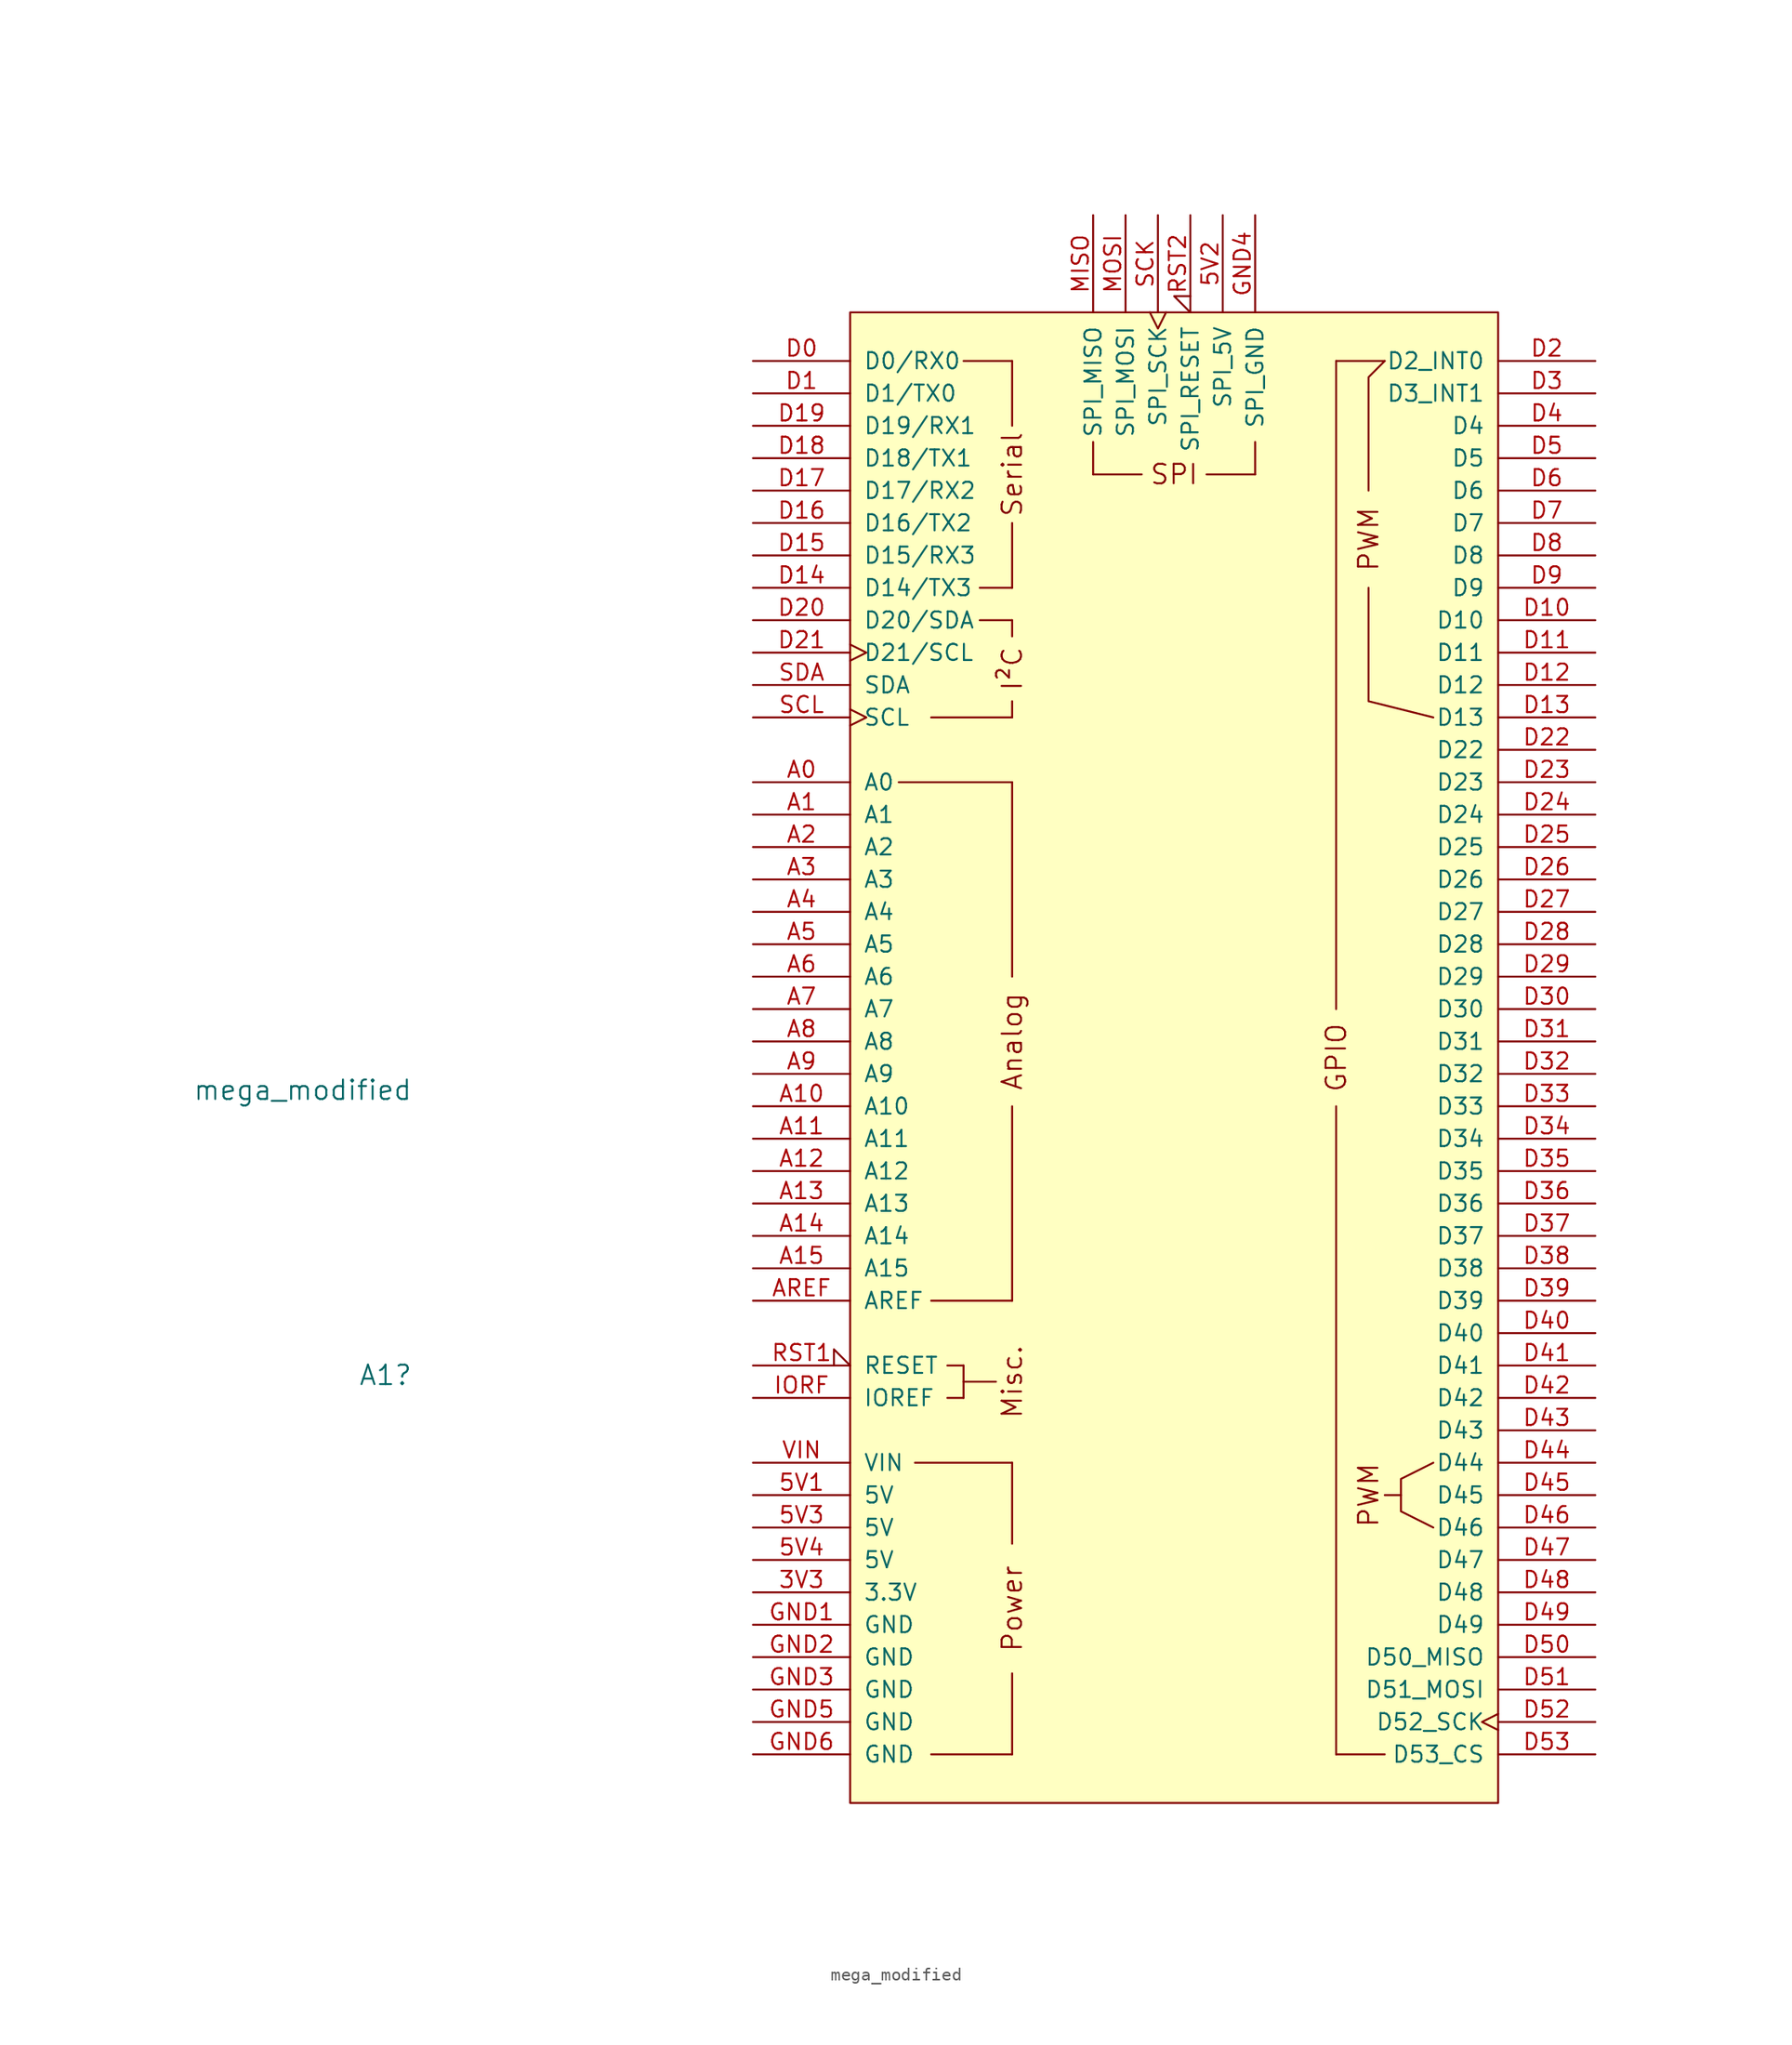
<source format=kicad_sym>
(kicad_symbol_lib
  (version 20211014)
  (generator kicad_symbol_editor)
  (symbol "mega_modified"
    (pin_names
      (offset 1.016))
    (property "Reference" "A1"
      (at -59.69 -24.892 0)
      (effects (font (size 1.524 1.524)) (justify right)))
    (property "Value" "mega_modified"
      (at -59.69 -2.54 0)
      (effects (font (size 1.524 1.524)) (justify right)))
    (symbol "mega_modified_0_0"
      (rectangle (start -25.4 -58.42) (end 25.4 58.42) (stroke (width 0) (type default) (color 0 0 0 0)) (fill (type background)))
      (rectangle (start -20.32 -31.75) (end -12.7 -31.75) (stroke (width 0) (type default) (color 0 0 0 0)) (fill (type none)))
      (rectangle (start -19.05 -54.61) (end -12.7 -54.61) (stroke (width 0) (type default) (color 0 0 0 0)) (fill (type none)))
      (rectangle (start -19.05 -19.05) (end -12.7 -19.05) (stroke (width 0) (type default) (color 0 0 0 0)) (fill (type none)))
      (rectangle (start -19.05 26.67) (end -12.7 26.67) (stroke (width 0) (type default) (color 0 0 0 0)) (fill (type none)))
      (rectangle (start -17.78 -26.67) (end -16.51 -26.67) (stroke (width 0) (type default) (color 0 0 0 0)) (fill (type none)))
      (rectangle (start -17.78 -24.13) (end -16.51 -24.13) (stroke (width 0) (type default) (color 0 0 0 0)) (fill (type none)))
      (rectangle (start -16.51 -25.4) (end -13.97 -25.4) (stroke (width 0) (type default) (color 0 0 0 0)) (fill (type none)))
      (rectangle (start -16.51 -24.13) (end -16.51 -26.67) (stroke (width 0) (type default) (color 0 0 0 0)) (fill (type none)))
      (rectangle (start -16.51 54.61) (end -12.7 54.61) (stroke (width 0) (type default) (color 0 0 0 0)) (fill (type none)))
      (rectangle (start -15.24 34.29) (end -12.7 34.29) (stroke (width 0) (type default) (color 0 0 0 0)) (fill (type none)))
      (rectangle (start -15.24 36.83) (end -12.7 36.83) (stroke (width 0) (type default) (color 0 0 0 0)) (fill (type none)))
      (rectangle (start -12.7 -54.61) (end -12.7 -48.26) (stroke (width 0) (type default) (color 0 0 0 0)) (fill (type none)))
      (rectangle (start -12.7 -31.75) (end -12.7 -38.1) (stroke (width 0) (type default) (color 0 0 0 0)) (fill (type none)))
      (rectangle (start -12.7 26.67) (end -12.7 27.94) (stroke (width 0) (type default) (color 0 0 0 0)) (fill (type none)))
      (rectangle (start -12.7 34.29) (end -12.7 33.02) (stroke (width 0) (type default) (color 0 0 0 0)) (fill (type none)))
      (rectangle (start -12.7 41.91) (end -12.7 36.83) (stroke (width 0) (type default) (color 0 0 0 0)) (fill (type none)))
      (rectangle (start -12.7 49.53) (end -12.7 54.61) (stroke (width 0) (type default) (color 0 0 0 0)) (fill (type none)))
      (rectangle (start -6.35 48.26) (end -6.35 45.72) (stroke (width 0) (type default) (color 0 0 0 0)) (fill (type none)))
      (rectangle (start -2.54 45.72) (end -6.35 45.72) (stroke (width 0) (type default) (color 0 0 0 0)) (fill (type none)))
      (polyline (pts (xy -21.59 21.59) (xy -12.7 21.59)) (stroke (width 0) (type default) (color 0 0 0 0)) (fill (type none)))
      (polyline (pts (xy -12.7 -19.05) (xy -12.7 -3.81)) (stroke (width 0) (type default) (color 0 0 0 0)) (fill (type none)))
      (polyline (pts (xy -12.7 6.35) (xy -12.7 21.59)) (stroke (width 0) (type default) (color 0 0 0 0)) (fill (type none)))
      (polyline (pts (xy 12.7 -54.61) (xy 16.51 -54.61)) (stroke (width 0) (type default) (color 0 0 0 0)) (fill (type none)))
      (polyline (pts (xy 12.7 54.61) (xy 16.51 54.61)) (stroke (width 0) (type default) (color 0 0 0 0)) (fill (type none)))
      (polyline (pts (xy 17.78 -34.29) (xy 16.51 -34.29)) (stroke (width 0) (type default) (color 0 0 0 0)) (fill (type none)))
      (polyline (pts (xy 15.24 36.83) (xy 15.24 27.94) (xy 20.32 26.67)) (stroke (width 0) (type default) (color 0 0 0 0)) (fill (type none)))
      (polyline (pts (xy 15.24 44.45) (xy 15.24 53.34) (xy 16.51 54.61)) (stroke (width 0) (type default) (color 0 0 0 0)) (fill (type none)))
      (polyline (pts (xy 20.32 -31.75) (xy 17.78 -33.02) (xy 17.78 -35.56) (xy 20.32 -36.83)) (stroke (width 0) (type default) (color 0 0 0 0)) (fill (type none)))
      (rectangle (start 6.35 45.72) (end 2.54 45.72) (stroke (width 0) (type default) (color 0 0 0 0)) (fill (type none)))
      (rectangle (start 6.35 48.26) (end 6.35 45.72) (stroke (width 0) (type default) (color 0 0 0 0)) (fill (type none)))
      (text "Analog" (at -12.7 1.27 900) (effects (font (size 1.524 1.524))))
      (text "I²C" (at -12.7 30.48 900) (effects (font (size 1.524 1.524))))
      (text "Misc." (at -12.7 -25.4 900) (effects (font (size 1.524 1.524))))
      (text "Power" (at -12.7 -43.18 900) (effects (font (size 1.524 1.524))))
      (text "PWM" (at 15.24 -34.29 900) (effects (font (size 1.524 1.524))))
      (text "PWM" (at 15.24 40.64 900) (effects (font (size 1.524 1.524))))
      (text "Serial" (at -12.7 45.72 900) (effects (font (size 1.524 1.524))))
      (text "SPI" (at 0 45.72 0) (effects (font (size 1.524 1.524)))))
    (symbol "mega_modified_1_0"
      (rectangle (start 12.7 -54.61) (end 12.7 -3.81) (stroke (width 0) (type default) (color 0 0 0 0)) (fill (type none)))
      (rectangle (start 12.7 54.61) (end 12.7 3.81) (stroke (width 0) (type default) (color 0 0 0 0)) (fill (type none)))
      (text "GPIO" (at 12.7 0 900) (effects (font (size 1.524 1.524)))))
    (symbol "mega_modified_1_1"
      (pin power_out line (at -33.02 -41.91 0) (length 7.62) (name "3.3V" (effects (font (size 1.27 1.27)))) (number "3V3" (effects (font (size 1.27 1.27)))))
      (pin power_in line (at -33.02 -34.29 0) (length 7.62) (name "5V" (effects (font (size 1.27 1.27)))) (number "5V1" (effects (font (size 1.27 1.27)))))
      (pin power_in line (at 3.81 66.04 270) (length 7.62) (name "SPI_5V" (effects (font (size 1.27 1.27)))) (number "5V2" (effects (font (size 1.27 1.27)))))
      (pin power_in line (at -33.02 -36.83 0) (length 7.62) (name "5V" (effects (font (size 1.27 1.27)))) (number "5V3" (effects (font (size 1.27 1.27)))))
      (pin power_in line (at -33.02 -39.37 0) (length 7.62) (name "5V" (effects (font (size 1.27 1.27)))) (number "5V4" (effects (font (size 1.27 1.27)))))
      (pin bidirectional line (at -33.02 21.59 0) (length 7.62) (name "A0" (effects (font (size 1.27 1.27)))) (number "A0" (effects (font (size 1.27 1.27)))))
      (pin bidirectional line (at -33.02 19.05 0) (length 7.62) (name "A1" (effects (font (size 1.27 1.27)))) (number "A1" (effects (font (size 1.27 1.27)))))
      (pin bidirectional line (at -33.02 -3.81 0) (length 7.62) (name "A10" (effects (font (size 1.27 1.27)))) (number "A10" (effects (font (size 1.27 1.27)))))
      (pin bidirectional line (at -33.02 -6.35 0) (length 7.62) (name "A11" (effects (font (size 1.27 1.27)))) (number "A11" (effects (font (size 1.27 1.27)))))
      (pin bidirectional line (at -33.02 -8.89 0) (length 7.62) (name "A12" (effects (font (size 1.27 1.27)))) (number "A12" (effects (font (size 1.27 1.27)))))
      (pin bidirectional line (at -33.02 -11.43 0) (length 7.62) (name "A13" (effects (font (size 1.27 1.27)))) (number "A13" (effects (font (size 1.27 1.27)))))
      (pin bidirectional line (at -33.02 -13.97 0) (length 7.62) (name "A14" (effects (font (size 1.27 1.27)))) (number "A14" (effects (font (size 1.27 1.27)))))
      (pin bidirectional line (at -33.02 -16.51 0) (length 7.62) (name "A15" (effects (font (size 1.27 1.27)))) (number "A15" (effects (font (size 1.27 1.27)))))
      (pin bidirectional line (at -33.02 16.51 0) (length 7.62) (name "A2" (effects (font (size 1.27 1.27)))) (number "A2" (effects (font (size 1.27 1.27)))))
      (pin bidirectional line (at -33.02 13.97 0) (length 7.62) (name "A3" (effects (font (size 1.27 1.27)))) (number "A3" (effects (font (size 1.27 1.27)))))
      (pin bidirectional line (at -33.02 11.43 0) (length 7.62) (name "A4" (effects (font (size 1.27 1.27)))) (number "A4" (effects (font (size 1.27 1.27)))))
      (pin bidirectional line (at -33.02 8.89 0) (length 7.62) (name "A5" (effects (font (size 1.27 1.27)))) (number "A5" (effects (font (size 1.27 1.27)))))
      (pin bidirectional line (at -33.02 6.35 0) (length 7.62) (name "A6" (effects (font (size 1.27 1.27)))) (number "A6" (effects (font (size 1.27 1.27)))))
      (pin bidirectional line (at -33.02 3.81 0) (length 7.62) (name "A7" (effects (font (size 1.27 1.27)))) (number "A7" (effects (font (size 1.27 1.27)))))
      (pin bidirectional line (at -33.02 1.27 0) (length 7.62) (name "A8" (effects (font (size 1.27 1.27)))) (number "A8" (effects (font (size 1.27 1.27)))))
      (pin bidirectional line (at -33.02 -1.27 0) (length 7.62) (name "A9" (effects (font (size 1.27 1.27)))) (number "A9" (effects (font (size 1.27 1.27)))))
      (pin input line (at -33.02 -19.05 0) (length 7.62) (name "AREF" (effects (font (size 1.27 1.27)))) (number "AREF" (effects (font (size 1.27 1.27)))))
      (pin bidirectional line (at -33.02 54.61 0) (length 7.62) (name "D0/RX0" (effects (font (size 1.27 1.27)))) (number "D0" (effects (font (size 1.27 1.27)))))
      (pin bidirectional line (at -33.02 52.07 0) (length 7.62) (name "D1/TX0" (effects (font (size 1.27 1.27)))) (number "D1" (effects (font (size 1.27 1.27)))))
      (pin bidirectional line (at 33.02 34.29 180) (length 7.62) (name "D10" (effects (font (size 1.27 1.27)))) (number "D10" (effects (font (size 1.27 1.27)))))
      (pin bidirectional line (at 33.02 31.75 180) (length 7.62) (name "D11" (effects (font (size 1.27 1.27)))) (number "D11" (effects (font (size 1.27 1.27)))))
      (pin bidirectional line (at 33.02 29.21 180) (length 7.62) (name "D12" (effects (font (size 1.27 1.27)))) (number "D12" (effects (font (size 1.27 1.27)))))
      (pin bidirectional line (at 33.02 26.67 180) (length 7.62) (name "D13" (effects (font (size 1.27 1.27)))) (number "D13" (effects (font (size 1.27 1.27)))))
      (pin bidirectional line (at -33.02 36.83 0) (length 7.62) (name "D14/TX3" (effects (font (size 1.27 1.27)))) (number "D14" (effects (font (size 1.27 1.27)))))
      (pin bidirectional line (at -33.02 39.37 0) (length 7.62) (name "D15/RX3" (effects (font (size 1.27 1.27)))) (number "D15" (effects (font (size 1.27 1.27)))))
      (pin bidirectional line (at -33.02 41.91 0) (length 7.62) (name "D16/TX2" (effects (font (size 1.27 1.27)))) (number "D16" (effects (font (size 1.27 1.27)))))
      (pin bidirectional line (at -33.02 44.45 0) (length 7.62) (name "D17/RX2" (effects (font (size 1.27 1.27)))) (number "D17" (effects (font (size 1.27 1.27)))))
      (pin bidirectional line (at -33.02 46.99 0) (length 7.62) (name "D18/TX1" (effects (font (size 1.27 1.27)))) (number "D18" (effects (font (size 1.27 1.27)))))
      (pin bidirectional line (at -33.02 49.53 0) (length 7.62) (name "D19/RX1" (effects (font (size 1.27 1.27)))) (number "D19" (effects (font (size 1.27 1.27)))))
      (pin bidirectional line (at 33.02 54.61 180) (length 7.62) (name "D2_INT0" (effects (font (size 1.27 1.27)))) (number "D2" (effects (font (size 1.27 1.27)))))
      (pin bidirectional line (at -33.02 34.29 0) (length 7.62) (name "D20/SDA" (effects (font (size 1.27 1.27)))) (number "D20" (effects (font (size 1.27 1.27)))))
      (pin bidirectional clock (at -33.02 31.75 0) (length 7.62) (name "D21/SCL" (effects (font (size 1.27 1.27)))) (number "D21" (effects (font (size 1.27 1.27)))))
      (pin bidirectional line (at 33.02 24.13 180) (length 7.62) (name "D22" (effects (font (size 1.27 1.27)))) (number "D22" (effects (font (size 1.27 1.27)))))
      (pin bidirectional line (at 33.02 21.59 180) (length 7.62) (name "D23" (effects (font (size 1.27 1.27)))) (number "D23" (effects (font (size 1.27 1.27)))))
      (pin bidirectional line (at 33.02 19.05 180) (length 7.62) (name "D24" (effects (font (size 1.27 1.27)))) (number "D24" (effects (font (size 1.27 1.27)))))
      (pin bidirectional line (at 33.02 16.51 180) (length 7.62) (name "D25" (effects (font (size 1.27 1.27)))) (number "D25" (effects (font (size 1.27 1.27)))))
      (pin bidirectional line (at 33.02 13.97 180) (length 7.62) (name "D26" (effects (font (size 1.27 1.27)))) (number "D26" (effects (font (size 1.27 1.27)))))
      (pin bidirectional line (at 33.02 11.43 180) (length 7.62) (name "D27" (effects (font (size 1.27 1.27)))) (number "D27" (effects (font (size 1.27 1.27)))))
      (pin bidirectional line (at 33.02 8.89 180) (length 7.62) (name "D28" (effects (font (size 1.27 1.27)))) (number "D28" (effects (font (size 1.27 1.27)))))
      (pin bidirectional line (at 33.02 6.35 180) (length 7.62) (name "D29" (effects (font (size 1.27 1.27)))) (number "D29" (effects (font (size 1.27 1.27)))))
      (pin bidirectional line (at 33.02 52.07 180) (length 7.62) (name "D3_INT1" (effects (font (size 1.27 1.27)))) (number "D3" (effects (font (size 1.27 1.27)))))
      (pin bidirectional line (at 33.02 3.81 180) (length 7.62) (name "D30" (effects (font (size 1.27 1.27)))) (number "D30" (effects (font (size 1.27 1.27)))))
      (pin bidirectional line (at 33.02 1.27 180) (length 7.62) (name "D31" (effects (font (size 1.27 1.27)))) (number "D31" (effects (font (size 1.27 1.27)))))
      (pin bidirectional line (at 33.02 -1.27 180) (length 7.62) (name "D32" (effects (font (size 1.27 1.27)))) (number "D32" (effects (font (size 1.27 1.27)))))
      (pin bidirectional line (at 33.02 -3.81 180) (length 7.62) (name "D33" (effects (font (size 1.27 1.27)))) (number "D33" (effects (font (size 1.27 1.27)))))
      (pin bidirectional line (at 33.02 -6.35 180) (length 7.62) (name "D34" (effects (font (size 1.27 1.27)))) (number "D34" (effects (font (size 1.27 1.27)))))
      (pin bidirectional line (at 33.02 -8.89 180) (length 7.62) (name "D35" (effects (font (size 1.27 1.27)))) (number "D35" (effects (font (size 1.27 1.27)))))
      (pin bidirectional line (at 33.02 -11.43 180) (length 7.62) (name "D36" (effects (font (size 1.27 1.27)))) (number "D36" (effects (font (size 1.27 1.27)))))
      (pin bidirectional line (at 33.02 -13.97 180) (length 7.62) (name "D37" (effects (font (size 1.27 1.27)))) (number "D37" (effects (font (size 1.27 1.27)))))
      (pin bidirectional line (at 33.02 -16.51 180) (length 7.62) (name "D38" (effects (font (size 1.27 1.27)))) (number "D38" (effects (font (size 1.27 1.27)))))
      (pin bidirectional line (at 33.02 -19.05 180) (length 7.62) (name "D39" (effects (font (size 1.27 1.27)))) (number "D39" (effects (font (size 1.27 1.27)))))
      (pin bidirectional line (at 33.02 49.53 180) (length 7.62) (name "D4" (effects (font (size 1.27 1.27)))) (number "D4" (effects (font (size 1.27 1.27)))))
      (pin bidirectional line (at 33.02 -21.59 180) (length 7.62) (name "D40" (effects (font (size 1.27 1.27)))) (number "D40" (effects (font (size 1.27 1.27)))))
      (pin bidirectional line (at 33.02 -24.13 180) (length 7.62) (name "D41" (effects (font (size 1.27 1.27)))) (number "D41" (effects (font (size 1.27 1.27)))))
      (pin bidirectional line (at 33.02 -26.67 180) (length 7.62) (name "D42" (effects (font (size 1.27 1.27)))) (number "D42" (effects (font (size 1.27 1.27)))))
      (pin bidirectional line (at 33.02 -29.21 180) (length 7.62) (name "D43" (effects (font (size 1.27 1.27)))) (number "D43" (effects (font (size 1.27 1.27)))))
      (pin bidirectional line (at 33.02 -31.75 180) (length 7.62) (name "D44" (effects (font (size 1.27 1.27)))) (number "D44" (effects (font (size 1.27 1.27)))))
      (pin bidirectional line (at 33.02 -34.29 180) (length 7.62) (name "D45" (effects (font (size 1.27 1.27)))) (number "D45" (effects (font (size 1.27 1.27)))))
      (pin bidirectional line (at 33.02 -36.83 180) (length 7.62) (name "D46" (effects (font (size 1.27 1.27)))) (number "D46" (effects (font (size 1.27 1.27)))))
      (pin bidirectional line (at 33.02 -39.37 180) (length 7.62) (name "D47" (effects (font (size 1.27 1.27)))) (number "D47" (effects (font (size 1.27 1.27)))))
      (pin bidirectional line (at 33.02 -41.91 180) (length 7.62) (name "D48" (effects (font (size 1.27 1.27)))) (number "D48" (effects (font (size 1.27 1.27)))))
      (pin bidirectional line (at 33.02 -44.45 180) (length 7.62) (name "D49" (effects (font (size 1.27 1.27)))) (number "D49" (effects (font (size 1.27 1.27)))))
      (pin bidirectional line (at 33.02 46.99 180) (length 7.62) (name "D5" (effects (font (size 1.27 1.27)))) (number "D5" (effects (font (size 1.27 1.27)))))
      (pin bidirectional line (at 33.02 -46.99 180) (length 7.62) (name "D50_MISO" (effects (font (size 1.27 1.27)))) (number "D50" (effects (font (size 1.27 1.27)))))
      (pin bidirectional line (at 33.02 -49.53 180) (length 7.62) (name "D51_MOSI" (effects (font (size 1.27 1.27)))) (number "D51" (effects (font (size 1.27 1.27)))))
      (pin bidirectional clock (at 33.02 -52.07 180) (length 7.62) (name "D52_SCK" (effects (font (size 1.27 1.27)))) (number "D52" (effects (font (size 1.27 1.27)))))
      (pin bidirectional line (at 33.02 -54.61 180) (length 7.62) (name "D53_CS" (effects (font (size 1.27 1.27)))) (number "D53" (effects (font (size 1.27 1.27)))))
      (pin bidirectional line (at 33.02 44.45 180) (length 7.62) (name "D6" (effects (font (size 1.27 1.27)))) (number "D6" (effects (font (size 1.27 1.27)))))
      (pin bidirectional line (at 33.02 41.91 180) (length 7.62) (name "D7" (effects (font (size 1.27 1.27)))) (number "D7" (effects (font (size 1.27 1.27)))))
      (pin bidirectional line (at 33.02 39.37 180) (length 7.62) (name "D8" (effects (font (size 1.27 1.27)))) (number "D8" (effects (font (size 1.27 1.27)))))
      (pin bidirectional line (at 33.02 36.83 180) (length 7.62) (name "D9" (effects (font (size 1.27 1.27)))) (number "D9" (effects (font (size 1.27 1.27)))))
      (pin power_in line (at -33.02 -44.45 0) (length 7.62) (name "GND" (effects (font (size 1.27 1.27)))) (number "GND1" (effects (font (size 1.27 1.27)))))
      (pin power_in line (at -33.02 -46.99 0) (length 7.62) (name "GND" (effects (font (size 1.27 1.27)))) (number "GND2" (effects (font (size 1.27 1.27)))))
      (pin power_in line (at -33.02 -49.53 0) (length 7.62) (name "GND" (effects (font (size 1.27 1.27)))) (number "GND3" (effects (font (size 1.27 1.27)))))
      (pin power_in line (at 6.35 66.04 270) (length 7.62) (name "SPI_GND" (effects (font (size 1.27 1.27)))) (number "GND4" (effects (font (size 1.27 1.27)))))
      (pin power_in line (at -33.02 -52.07 0) (length 7.62) (name "GND" (effects (font (size 1.27 1.27)))) (number "GND5" (effects (font (size 1.27 1.27)))))
      (pin power_in line (at -33.02 -54.61 0) (length 7.62) (name "GND" (effects (font (size 1.27 1.27)))) (number "GND6" (effects (font (size 1.27 1.27)))))
      (pin output line (at -33.02 -26.67 0) (length 7.62) (name "IOREF" (effects (font (size 1.27 1.27)))) (number "IORF" (effects (font (size 1.27 1.27)))))
      (pin input line (at -6.35 66.04 270) (length 7.62) (name "SPI_MISO" (effects (font (size 1.27 1.27)))) (number "MISO" (effects (font (size 1.27 1.27)))))
      (pin output line (at -3.81 66.04 270) (length 7.62) (name "SPI_MOSI" (effects (font (size 1.27 1.27)))) (number "MOSI" (effects (font (size 1.27 1.27)))))
      (pin open_collector input_low (at -33.02 -24.13 0) (length 7.62) (name "RESET" (effects (font (size 1.27 1.27)))) (number "RST1" (effects (font (size 1.27 1.27)))))
      (pin open_collector input_low (at 1.27 66.04 270) (length 7.62) (name "SPI_RESET" (effects (font (size 1.27 1.27)))) (number "RST2" (effects (font (size 1.27 1.27)))))
      (pin output clock (at -1.27 66.04 270) (length 7.62) (name "SPI_SCK" (effects (font (size 1.27 1.27)))) (number "SCK" (effects (font (size 1.27 1.27)))))
      (pin bidirectional clock (at -33.02 26.67 0) (length 7.62) (name "SCL" (effects (font (size 1.27 1.27)))) (number "SCL" (effects (font (size 1.27 1.27)))))
      (pin bidirectional line (at -33.02 29.21 0) (length 7.62) (name "SDA" (effects (font (size 1.27 1.27)))) (number "SDA" (effects (font (size 1.27 1.27)))))
      (pin power_in line (at -33.02 -31.75 0) (length 7.62) (name "VIN" (effects (font (size 1.27 1.27)))) (number "VIN" (effects (font (size 1.27 1.27))))))))
</source>
